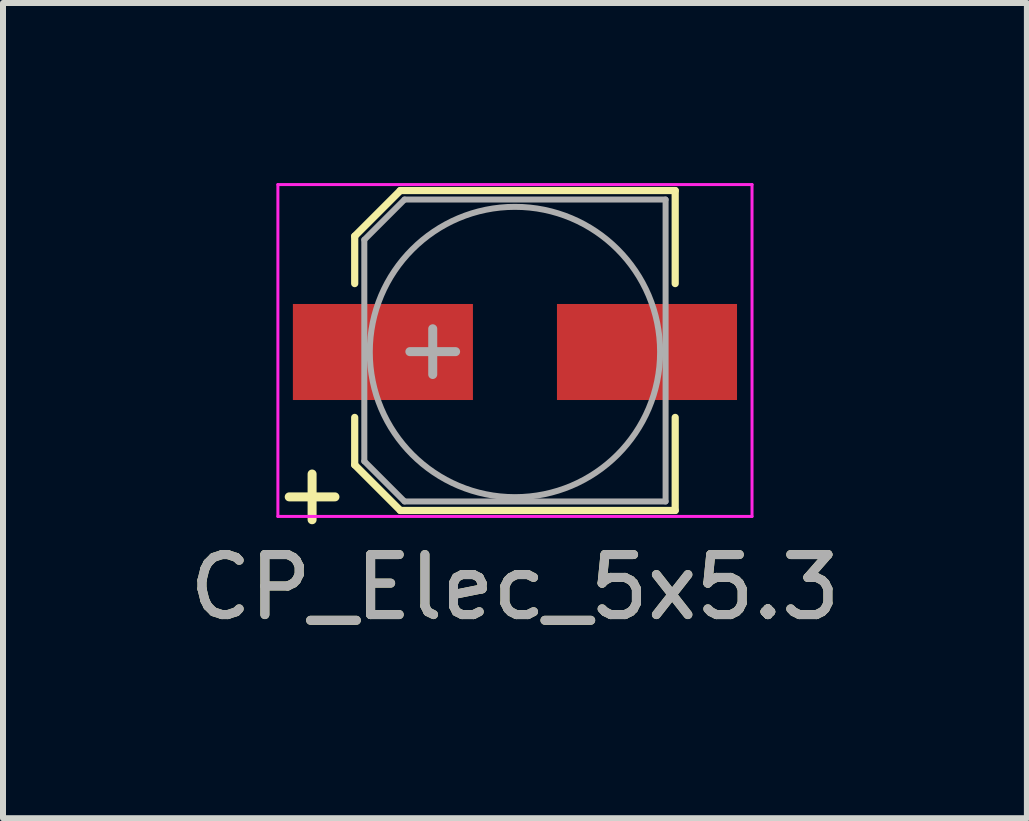
<source format=kicad_pcb>
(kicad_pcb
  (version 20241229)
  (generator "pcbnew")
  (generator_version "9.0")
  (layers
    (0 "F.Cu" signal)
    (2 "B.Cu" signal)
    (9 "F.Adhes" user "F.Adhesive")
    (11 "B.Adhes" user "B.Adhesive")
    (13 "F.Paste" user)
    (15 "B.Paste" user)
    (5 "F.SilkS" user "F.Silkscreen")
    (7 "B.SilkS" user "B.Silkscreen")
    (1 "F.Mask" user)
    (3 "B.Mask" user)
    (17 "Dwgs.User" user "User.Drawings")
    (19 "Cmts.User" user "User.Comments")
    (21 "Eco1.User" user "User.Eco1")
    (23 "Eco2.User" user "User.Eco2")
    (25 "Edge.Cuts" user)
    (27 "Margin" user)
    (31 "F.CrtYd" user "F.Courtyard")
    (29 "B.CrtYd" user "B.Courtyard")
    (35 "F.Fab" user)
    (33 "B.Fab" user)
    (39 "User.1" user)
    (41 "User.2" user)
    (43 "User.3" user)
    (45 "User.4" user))
  (footprint "CP_Elec_5x5.3"
    (layer "F.Cu")
    (at 5.53 2.815)
    (property "Reference" "CP_Elec_5x5.3" (at 0 3.92 0) (layer "F.SilkS") (effects (font (size 1 1) (thickness 0.15))))
    (attr smd)
    (fp_line (start -2.67 -1.93) (end -2.67 -1.14) (stroke (width 0.12) (type solid)) (layer "F.SilkS"))
    (fp_line (start -2.67 1.88) (end -2.67 1.09) (stroke (width 0.12) (type solid)) (layer "F.SilkS"))
    (fp_line (start -2.67 1.88) (end -1.91 2.64) (stroke (width 0.12) (type solid)) (layer "F.SilkS"))
    (fp_line (start -1.91 -2.69) (end -2.67 -1.93) (stroke (width 0.12) (type solid)) (layer "F.SilkS"))
    (fp_line (start -1.91 2.64) (end 2.67 2.64) (stroke (width 0.12) (type solid)) (layer "F.SilkS"))
    (fp_line (start 2.67 -2.69) (end -1.91 -2.69) (stroke (width 0.12) (type solid)) (layer "F.SilkS"))
    (fp_line (start 2.67 -2.69) (end 2.67 -1.14) (stroke (width 0.12) (type solid)) (layer "F.SilkS"))
    (fp_line (start 2.67 2.64) (end 2.67 1.09) (stroke (width 0.12) (type solid)) (layer "F.SilkS"))
    (fp_line (start -3.95 -2.79) (end -3.95 2.74) (stroke (width 0.05) (type solid)) (layer "F.CrtYd"))
    (fp_line (start -3.95 -2.79) (end 3.95 -2.79) (stroke (width 0.05) (type solid)) (layer "F.CrtYd"))
    (fp_line (start 3.95 2.74) (end -3.95 2.74) (stroke (width 0.05) (type solid)) (layer "F.CrtYd"))
    (fp_line (start 3.95 2.74) (end 3.95 -2.79) (stroke (width 0.05) (type solid)) (layer "F.CrtYd"))
    (fp_line (start -2.51 -1.87) (end -2.51 1.82) (stroke (width 0.1) (type solid)) (layer "F.Fab"))
    (fp_line (start -2.51 1.82) (end -1.84 2.49) (stroke (width 0.1) (type solid)) (layer "F.Fab"))
    (fp_line (start -1.84 -2.54) (end -2.51 -1.87) (stroke (width 0.1) (type solid)) (layer "F.Fab"))
    (fp_line (start -1.84 2.49) (end 2.51 2.49) (stroke (width 0.1) (type solid)) (layer "F.Fab"))
    (fp_line (start 2.51 -2.54) (end -1.84 -2.54) (stroke (width 0.1) (type solid)) (layer "F.Fab"))
    (fp_line (start 2.51 2.49) (end 2.51 -2.54) (stroke (width 0.1) (type solid)) (layer "F.Fab"))
    (fp_circle (center 0 0) (end 0.3 2.4) (stroke (width 0.1) (type solid)) (fill no) (layer "F.Fab"))
    (fp_text user "+" (at -3.38 2.34 0) (layer "F.SilkS") (effects (font (size 1 1) (thickness 0.15))))
    (fp_text user "${REFERENCE}" (at 0 3.92 0) (layer "F.Fab") (effects (font (size 1 1) (thickness 0.15))))
    (fp_text user "+" (at -1.37 -0.08 0) (layer "F.Fab") (effects (font (size 1 1) (thickness 0.15))))
    (pad "1" smd rect (at -2.2 0 180) (size 3 1.6) (layers "F.Cu" "F.Mask" "F.Paste"))
    (pad "2" smd rect (at 2.2 0 180) (size 3 1.6) (layers "F.Cu" "F.Mask" "F.Paste")))
  (gr_rect
    (start -3 -3)
    (end 14.06 10.583)
    (stroke (width 0.1) (type default))
    (fill no)
    (layer "Edge.Cuts")))
</source>
